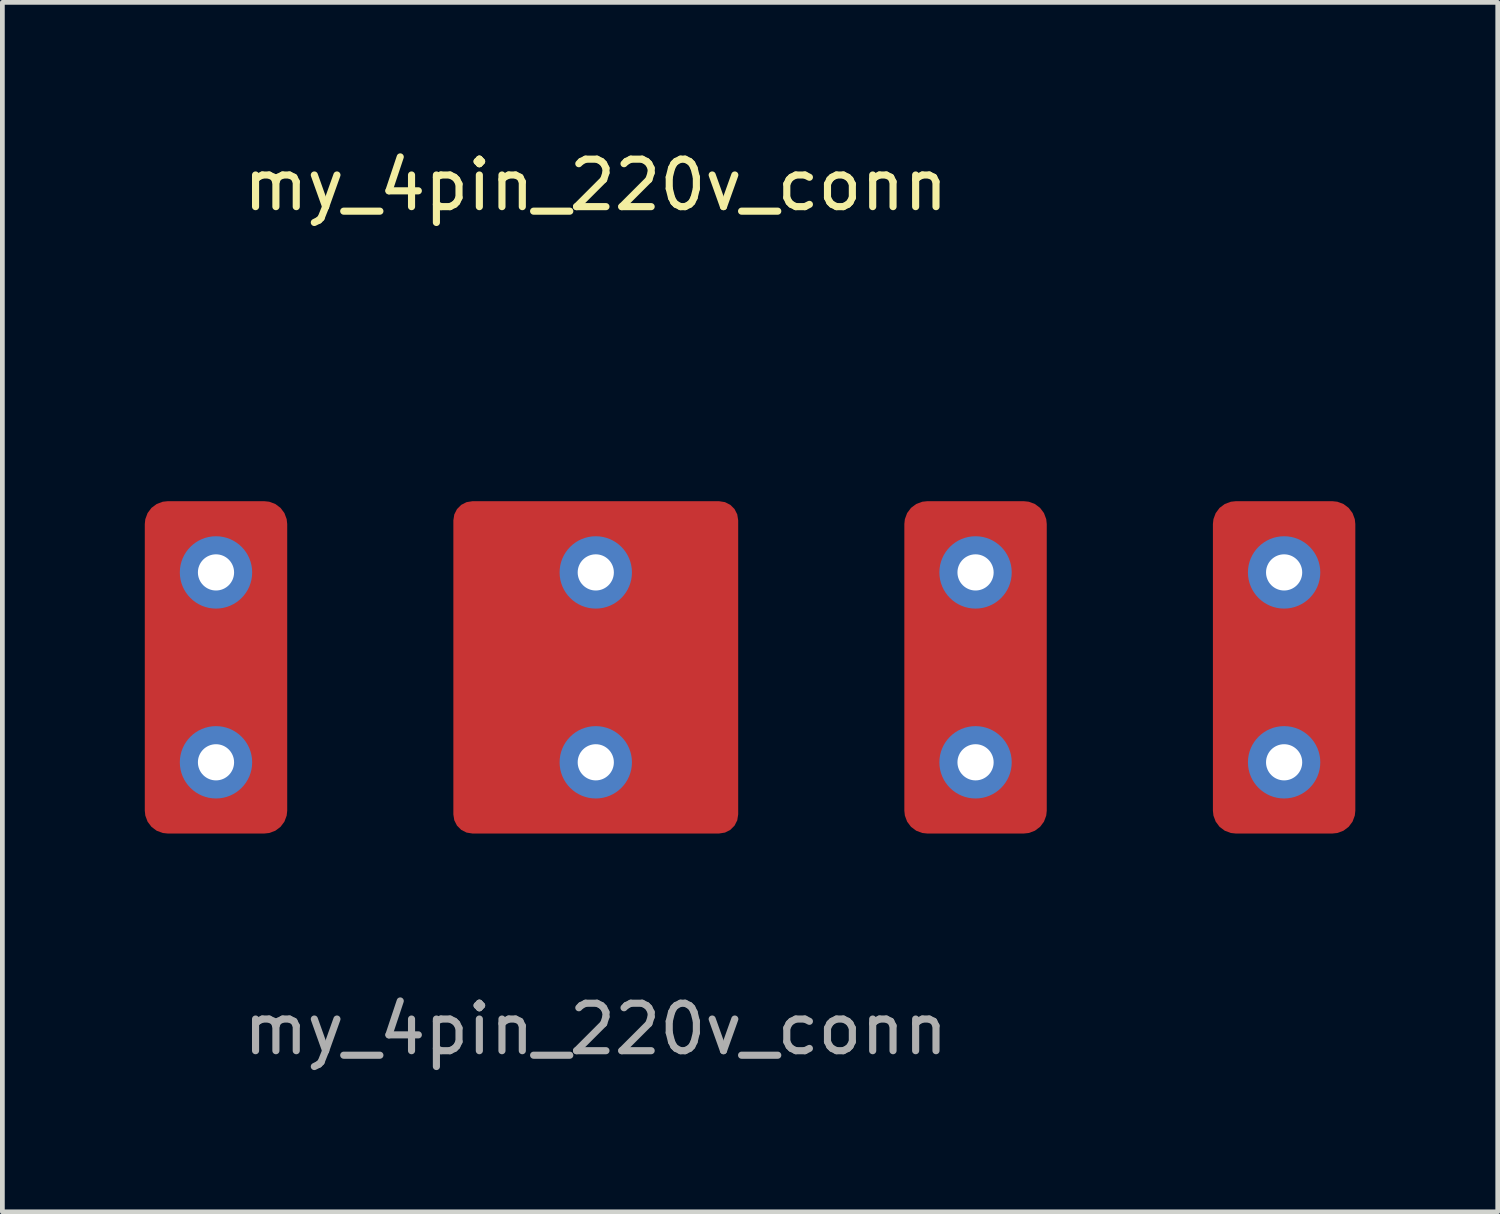
<source format=kicad_pcb>
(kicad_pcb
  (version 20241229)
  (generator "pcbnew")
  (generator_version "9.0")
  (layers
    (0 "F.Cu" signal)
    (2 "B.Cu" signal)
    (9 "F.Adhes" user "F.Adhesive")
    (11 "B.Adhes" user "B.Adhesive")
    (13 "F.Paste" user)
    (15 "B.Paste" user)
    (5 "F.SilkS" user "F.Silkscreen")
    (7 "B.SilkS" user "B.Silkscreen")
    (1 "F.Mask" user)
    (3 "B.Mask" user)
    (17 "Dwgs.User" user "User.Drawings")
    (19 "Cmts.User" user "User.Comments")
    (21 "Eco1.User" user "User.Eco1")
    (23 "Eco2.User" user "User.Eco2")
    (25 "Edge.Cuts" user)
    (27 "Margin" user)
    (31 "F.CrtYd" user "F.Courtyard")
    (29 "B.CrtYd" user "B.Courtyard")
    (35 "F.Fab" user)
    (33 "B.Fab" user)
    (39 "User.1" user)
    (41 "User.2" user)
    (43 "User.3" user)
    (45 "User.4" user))
  (footprint "my_4pin_220v_conn"
    (layer "F.Cu")
    (at 9.5 11.008)
    (property "Reference" "my_4pin_220v_conn" (at 0 -10.16 0) (unlocked yes) (layer "F.SilkS") (effects (font (size 1 1) (thickness 0.15))))
    (attr through_hole)
    (fp_text user "${REFERENCE}" (at 0 7.62 0) (unlocked yes) (layer "F.Fab") (effects (font (size 1 1) (thickness 0.15))))
    (pad "1" thru_hole circle (at -8 -2) (size 1.524 1.524) (drill 0.762) (layers "*.Cu" "*.Mask"))
    (pad "1" smd roundrect (at -8 0) (size 3 7) (layers "F.Cu" "F.Mask" "F.Paste") (roundrect_rratio 0.16))
    (pad "1" thru_hole circle (at -8 2) (size 1.524 1.524) (drill 0.762) (layers "*.Cu" "*.Mask"))
    (pad "2" thru_hole circle (at 0 -2) (size 1.524 1.524) (drill 0.762) (layers "*.Cu" "*.Mask"))
    (pad "2" smd roundrect (at 0 0) (size 6 7) (layers "F.Cu" "F.Mask" "F.Paste") (roundrect_rratio 0.067))
    (pad "2" thru_hole circle (at 0 2) (size 1.524 1.524) (drill 0.762) (layers "*.Cu" "*.Mask"))
    (pad "3" thru_hole circle (at 8 -2) (size 1.524 1.524) (drill 0.762) (layers "*.Cu" "*.Mask"))
    (pad "3" smd roundrect (at 8 0) (size 3 7) (layers "F.Cu" "F.Mask" "F.Paste") (roundrect_rratio 0.16))
    (pad "3" thru_hole circle (at 8 2) (size 1.524 1.524) (drill 0.762) (layers "*.Cu" "*.Mask"))
    (pad "4" thru_hole circle (at 14.5 -2) (size 1.524 1.524) (drill 0.762) (layers "*.Cu" "*.Mask"))
    (pad "4" smd roundrect (at 14.5 0) (size 3 7) (layers "F.Cu" "F.Mask" "F.Paste") (roundrect_rratio 0.16))
    (pad "4" thru_hole circle (at 14.5 2) (size 1.524 1.524) (drill 0.762) (layers "*.Cu" "*.Mask")))
  (gr_rect
    (start -3 -3)
    (end 28.5 22.477)
    (stroke (width 0.1) (type default))
    (fill no)
    (layer "Edge.Cuts")))
</source>
